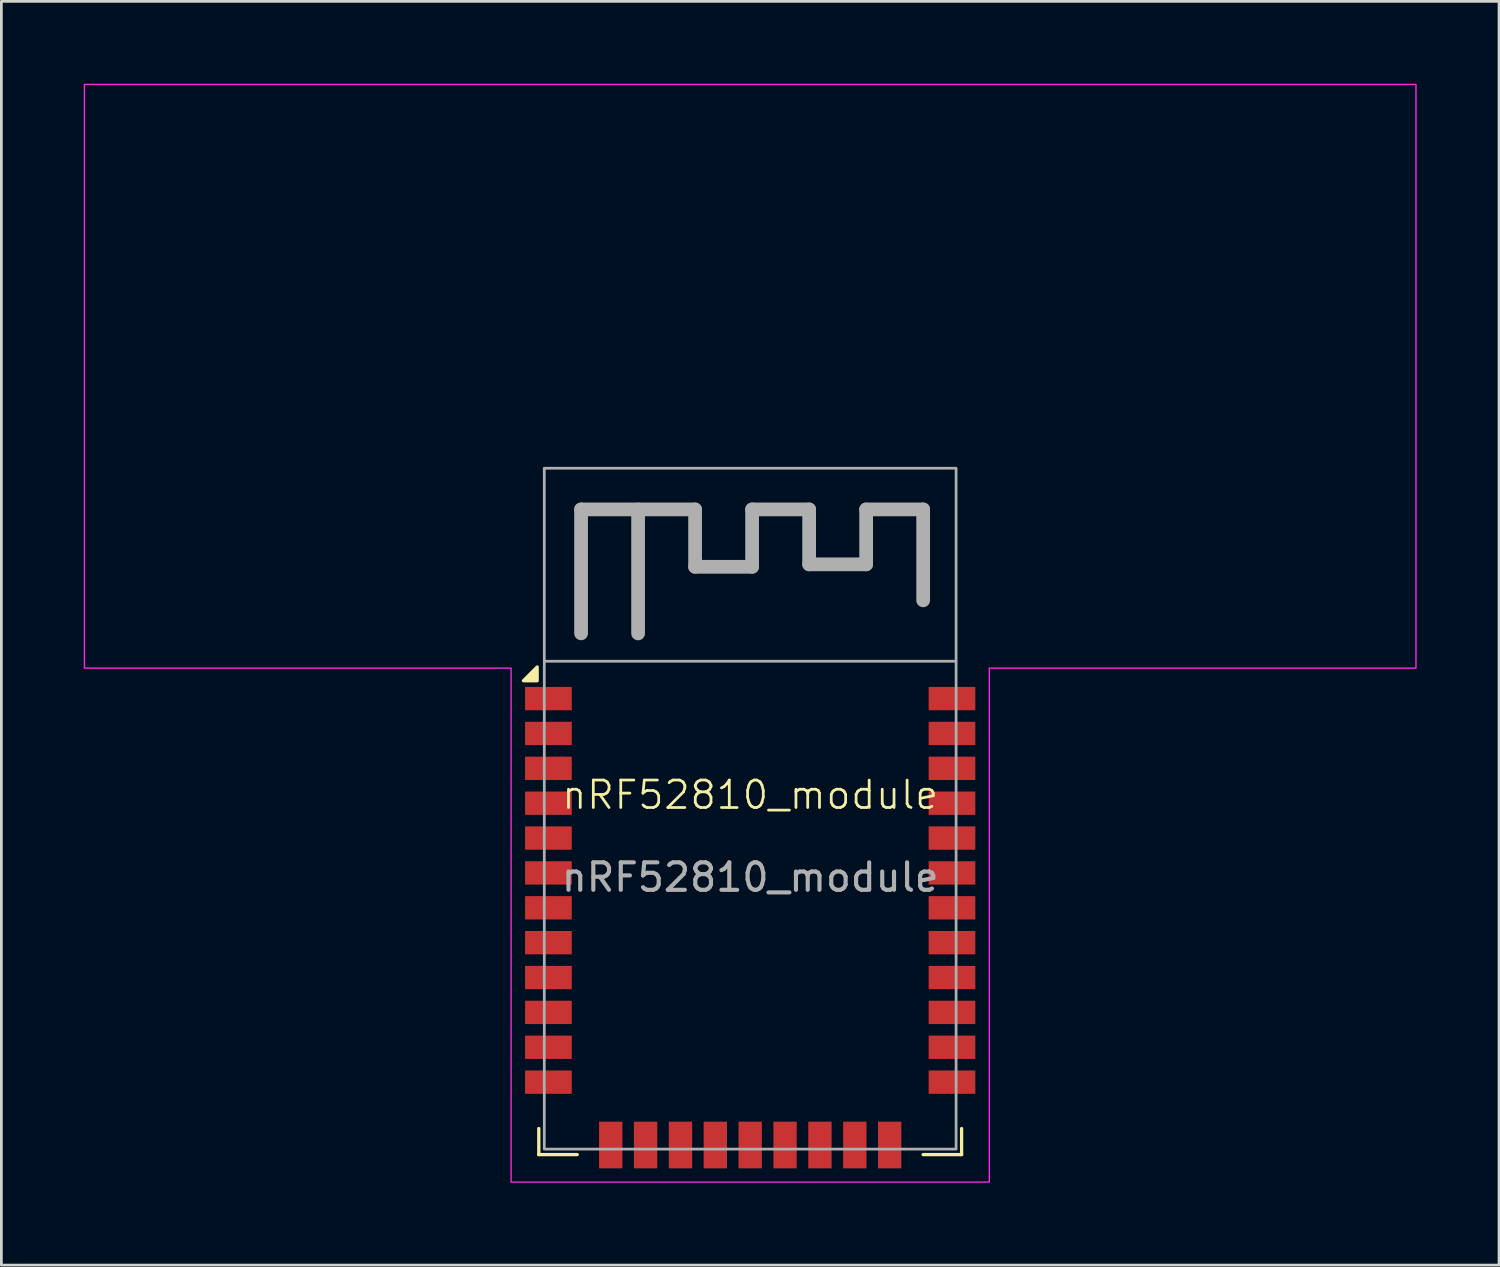
<source format=kicad_pcb>
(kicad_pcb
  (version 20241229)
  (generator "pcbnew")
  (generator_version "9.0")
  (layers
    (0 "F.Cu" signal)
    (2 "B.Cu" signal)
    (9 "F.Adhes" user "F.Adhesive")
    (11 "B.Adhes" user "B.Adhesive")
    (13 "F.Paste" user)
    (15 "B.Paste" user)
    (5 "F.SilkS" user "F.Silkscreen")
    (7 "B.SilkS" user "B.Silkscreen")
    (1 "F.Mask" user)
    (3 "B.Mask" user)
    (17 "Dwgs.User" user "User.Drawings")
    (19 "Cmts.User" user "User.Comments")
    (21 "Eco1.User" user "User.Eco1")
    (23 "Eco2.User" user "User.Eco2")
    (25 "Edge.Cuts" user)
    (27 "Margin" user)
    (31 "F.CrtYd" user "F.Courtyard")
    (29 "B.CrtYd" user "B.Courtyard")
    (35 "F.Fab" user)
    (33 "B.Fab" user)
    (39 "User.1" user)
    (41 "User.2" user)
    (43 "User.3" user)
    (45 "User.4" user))
  (footprint "nRF52810_module"
    (layer "F.Cu")
    (at 24.275 26.405)
    (property "Reference" "nRF52810_module" (at 0 -0.5 0) (unlocked yes) (layer "F.SilkS") (effects (font (size 1 1) (thickness 0.1))))
    (attr smd)
    (fp_line (start -7.7 12.6) (end -7.7 11.65) (stroke (width 0.12) (type solid)) (layer "F.SilkS"))
    (fp_line (start -6.3 12.6) (end -7.7 12.6) (stroke (width 0.12) (type solid)) (layer "F.SilkS"))
    (fp_line (start 6.3 12.6) (end 7.7 12.6) (stroke (width 0.12) (type solid)) (layer "F.SilkS"))
    (fp_line (start 7.7 12.6) (end 7.7 11.65) (stroke (width 0.12) (type solid)) (layer "F.SilkS"))
    (fp_poly (pts (xy -7.76 -4.66) (xy -8.26 -4.66) (xy -7.76 -5.16) (xy -7.76 -4.66)) (stroke (width 0.12) (type solid)) (fill yes) (layer "F.SilkS"))
    (fp_poly (pts (xy -24.25 -26.38) (xy 24.25 -26.38) (xy 24.25 -5.12) (xy 8.71 -5.12) (xy 8.71 13.6) (xy -8.71 13.6) (xy -8.71 -5.12) (xy -24.25 -5.12)) (stroke (width 0.05) (type solid)) (fill no) (layer "F.CrtYd"))
    (fp_line (start -7.5 -5.37) (end 7.45 -5.37) (stroke (width 0.1) (type default)) (layer "F.Fab"))
    (fp_line (start -6.16 -10.9) (end -2.007 -10.9) (stroke (width 0.5) (type solid)) (layer "F.Fab"))
    (fp_line (start -6.16 -6.386) (end -6.16 -10.9) (stroke (width 0.5) (type solid)) (layer "F.Fab"))
    (fp_line (start -4.083 -6.383) (end -4.083 -10.897) (stroke (width 0.5) (type solid)) (layer "F.Fab"))
    (fp_line (start -2.007 -10.9) (end -2.007 -8.81) (stroke (width 0.5) (type solid)) (layer "F.Fab"))
    (fp_line (start -2.007 -8.81) (end 0.07 -8.81) (stroke (width 0.5) (type solid)) (layer "F.Fab"))
    (fp_line (start 0.07 -10.9) (end 2.147 -10.9) (stroke (width 0.5) (type solid)) (layer "F.Fab"))
    (fp_line (start 0.07 -8.81) (end 0.07 -10.9) (stroke (width 0.5) (type solid)) (layer "F.Fab"))
    (fp_line (start 2.147 -10.9) (end 2.147 -8.9) (stroke (width 0.5) (type solid)) (layer "F.Fab"))
    (fp_line (start 2.147 -8.9) (end 4.223 -8.9) (stroke (width 0.5) (type solid)) (layer "F.Fab"))
    (fp_line (start 4.223 -10.9) (end 6.3 -10.9) (stroke (width 0.5) (type solid)) (layer "F.Fab"))
    (fp_line (start 4.223 -8.9) (end 4.223 -10.9) (stroke (width 0.5) (type solid)) (layer "F.Fab"))
    (fp_line (start 6.3 -10.9) (end 6.3 -7.588) (stroke (width 0.5) (type solid)) (layer "F.Fab"))
    (fp_rect (start -7.5 -12.4) (end 7.5 12.4) (stroke (width 0.1) (type solid)) (fill no) (layer "F.Fab"))
    (fp_text user "${REFERENCE}" (at 0 2.5 0) (unlocked yes) (layer "F.Fab") (effects (font (size 1 1) (thickness 0.15))))
    (pad "1" smd rect (at -7.35 -4.01) (size 1.7 0.85) (layers "F.Cu" "F.Mask" "F.Paste"))
    (pad "2" smd rect (at -7.35 -2.74) (size 1.7 0.85) (layers "F.Cu" "F.Mask" "F.Paste"))
    (pad "3" smd rect (at -7.35 -1.47) (size 1.7 0.85) (layers "F.Cu" "F.Mask" "F.Paste"))
    (pad "4" smd rect (at -7.35 -0.2) (size 1.7 0.85) (layers "F.Cu" "F.Mask" "F.Paste"))
    (pad "5" smd rect (at -7.35 1.07) (size 1.7 0.85) (layers "F.Cu" "F.Mask" "F.Paste"))
    (pad "6" smd rect (at -7.35 2.34) (size 1.7 0.85) (layers "F.Cu" "F.Mask" "F.Paste"))
    (pad "7" smd rect (at -7.35 3.61) (size 1.7 0.85) (layers "F.Cu" "F.Mask" "F.Paste"))
    (pad "8" smd rect (at -7.35 4.88) (size 1.7 0.85) (layers "F.Cu" "F.Mask" "F.Paste"))
    (pad "9" smd rect (at -7.35 6.15) (size 1.7 0.85) (layers "F.Cu" "F.Mask" "F.Paste"))
    (pad "10" smd rect (at -7.35 7.42) (size 1.7 0.85) (layers "F.Cu" "F.Mask" "F.Paste"))
    (pad "11" smd rect (at -7.35 8.69) (size 1.7 0.85) (layers "F.Cu" "F.Mask" "F.Paste"))
    (pad "12" smd rect (at -7.35 9.96) (size 1.7 0.85) (layers "F.Cu" "F.Mask" "F.Paste"))
    (pad "13" smd rect (at -5.08 12.25 90) (size 1.7 0.85) (layers "F.Cu" "F.Mask" "F.Paste"))
    (pad "14" smd rect (at -3.81 12.25 90) (size 1.7 0.85) (layers "F.Cu" "F.Mask" "F.Paste"))
    (pad "15" smd rect (at -2.54 12.25 90) (size 1.7 0.85) (layers "F.Cu" "F.Mask" "F.Paste"))
    (pad "16" smd rect (at -1.27 12.25 90) (size 1.7 0.85) (layers "F.Cu" "F.Mask" "F.Paste"))
    (pad "17" smd rect (at 0 12.25 90) (size 1.7 0.85) (layers "F.Cu" "F.Mask" "F.Paste"))
    (pad "18" smd rect (at 1.27 12.25 90) (size 1.7 0.85) (layers "F.Cu" "F.Mask" "F.Paste"))
    (pad "19" smd rect (at 2.54 12.25 90) (size 1.7 0.85) (layers "F.Cu" "F.Mask" "F.Paste"))
    (pad "20" smd rect (at 3.81 12.25 90) (size 1.7 0.85) (layers "F.Cu" "F.Mask" "F.Paste"))
    (pad "21" smd rect (at 5.08 12.25 90) (size 1.7 0.85) (layers "F.Cu" "F.Mask" "F.Paste"))
    (pad "22" smd rect (at 7.35 9.96) (size 1.7 0.85) (layers "F.Cu" "F.Mask" "F.Paste"))
    (pad "23" smd rect (at 7.35 8.69) (size 1.7 0.85) (layers "F.Cu" "F.Mask" "F.Paste"))
    (pad "24" smd rect (at 7.35 7.42) (size 1.7 0.85) (layers "F.Cu" "F.Mask" "F.Paste"))
    (pad "25" smd rect (at 7.35 6.15) (size 1.7 0.85) (layers "F.Cu" "F.Mask" "F.Paste"))
    (pad "26" smd rect (at 7.35 4.88) (size 1.7 0.85) (layers "F.Cu" "F.Mask" "F.Paste"))
    (pad "27" smd rect (at 7.35 3.61) (size 1.7 0.85) (layers "F.Cu" "F.Mask" "F.Paste"))
    (pad "28" smd rect (at 7.35 2.34) (size 1.7 0.85) (layers "F.Cu" "F.Mask" "F.Paste"))
    (pad "29" smd rect (at 7.35 1.07) (size 1.7 0.85) (layers "F.Cu" "F.Mask" "F.Paste"))
    (pad "30" smd rect (at 7.35 -0.2) (size 1.7 0.85) (layers "F.Cu" "F.Mask" "F.Paste"))
    (pad "31" smd rect (at 7.35 -1.47) (size 1.7 0.85) (layers "F.Cu" "F.Mask" "F.Paste"))
    (pad "32" smd rect (at 7.35 -2.74) (size 1.7 0.85) (layers "F.Cu" "F.Mask" "F.Paste"))
    (pad "33" smd rect (at 7.35 -4.01) (size 1.7 0.85) (layers "F.Cu" "F.Mask" "F.Paste"))
    (zone (net_name "") (layers "F.Cu" "B.Cu") (hatch full 0.5) (connect_pads) (min_thickness 0.25) (filled_areas_thickness no) (keepout (tracks not_allowed) (vias not_allowed) (pads not_allowed) (copperpour not_allowed) (footprints not_allowed)) (placement (enabled no)) (fill) (polygon (pts (xy 0.275 0.255) (xy 48.275 0.255) (xy 48.275 21.035) (xy 0.275 21.035)))))
  (gr_rect
    (start -3 -3)
    (end 51.55 43.03)
    (stroke (width 0.1) (type default))
    (fill no)
    (layer "Edge.Cuts")))
</source>
